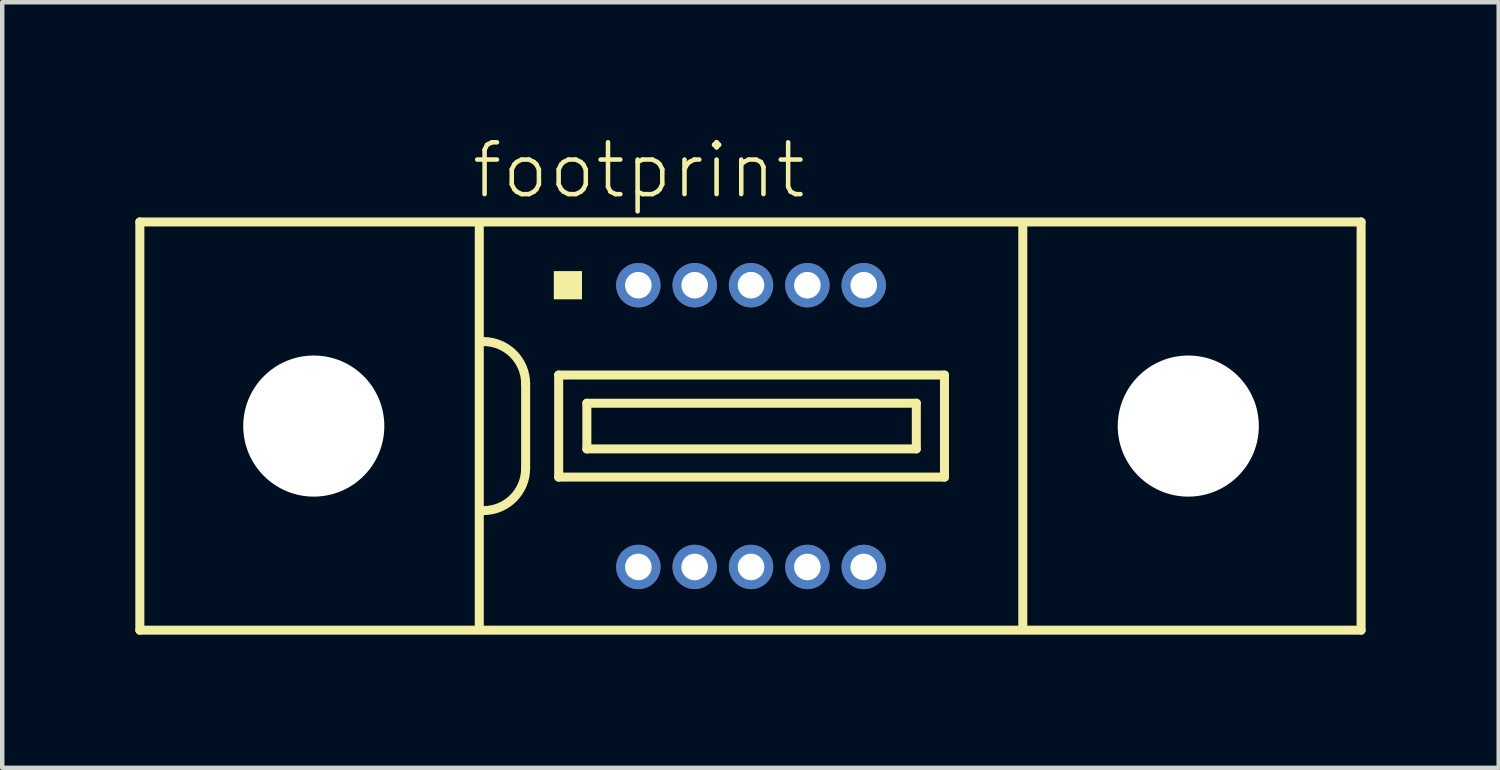
<source format=kicad_pcb>
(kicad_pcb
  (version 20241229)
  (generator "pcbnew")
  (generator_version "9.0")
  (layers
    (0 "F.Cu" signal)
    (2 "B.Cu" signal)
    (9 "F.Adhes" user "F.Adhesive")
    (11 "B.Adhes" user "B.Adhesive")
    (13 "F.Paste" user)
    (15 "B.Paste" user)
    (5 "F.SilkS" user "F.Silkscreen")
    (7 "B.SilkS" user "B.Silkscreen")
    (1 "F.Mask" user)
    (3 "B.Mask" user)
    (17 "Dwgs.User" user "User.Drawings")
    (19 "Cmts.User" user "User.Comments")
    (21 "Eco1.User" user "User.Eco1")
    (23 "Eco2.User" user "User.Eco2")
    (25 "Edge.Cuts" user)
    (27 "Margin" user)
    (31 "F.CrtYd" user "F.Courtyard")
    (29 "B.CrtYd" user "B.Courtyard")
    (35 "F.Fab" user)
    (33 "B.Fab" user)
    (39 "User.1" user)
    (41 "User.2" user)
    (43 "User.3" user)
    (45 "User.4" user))
  (footprint "footprint"
    (layer "F.Cu")
    (at 13.877 6.553)
    (property "Reference" "footprint" (at -6.35 -5.08 0) (layer "F.SilkS") (effects (font (size 1.168 1.168) (thickness 0.102)) (justify left bottom)))
    (fp_line (start -13.775 -4.6) (end -13.775 4.6) (stroke (width 0.203) (type solid)) (layer "F.SilkS"))
    (fp_line (start -13.775 4.6) (end 13.75 4.6) (stroke (width 0.203) (type solid)) (layer "F.SilkS"))
    (fp_line (start -6.125 -4.55) (end -6.125 4.55) (stroke (width 0.203) (type solid)) (layer "F.SilkS"))
    (fp_line (start -5.08 -0.953) (end -5.08 0.953) (stroke (width 0.203) (type solid)) (layer "F.SilkS"))
    (fp_line (start -4.335 -1.15) (end -4.335 1.15) (stroke (width 0.203) (type solid)) (layer "F.SilkS"))
    (fp_line (start -4.335 1.15) (end 4.36 1.15) (stroke (width 0.203) (type solid)) (layer "F.SilkS"))
    (fp_line (start -3.7 -0.515) (end -3.7 0.515) (stroke (width 0.203) (type solid)) (layer "F.SilkS"))
    (fp_line (start -3.7 0.515) (end 3.725 0.515) (stroke (width 0.203) (type solid)) (layer "F.SilkS"))
    (fp_line (start 3.725 -0.515) (end -3.7 -0.515) (stroke (width 0.203) (type solid)) (layer "F.SilkS"))
    (fp_line (start 3.725 0.515) (end 3.725 -0.515) (stroke (width 0.203) (type solid)) (layer "F.SilkS"))
    (fp_line (start 4.36 -1.15) (end -4.335 -1.15) (stroke (width 0.203) (type solid)) (layer "F.SilkS"))
    (fp_line (start 4.36 1.15) (end 4.36 -1.15) (stroke (width 0.203) (type solid)) (layer "F.SilkS"))
    (fp_line (start 6.125 4.55) (end 6.125 -4.55) (stroke (width 0.203) (type solid)) (layer "F.SilkS"))
    (fp_line (start 13.75 -4.6) (end -13.775 -4.6) (stroke (width 0.203) (type solid)) (layer "F.SilkS"))
    (fp_line (start 13.75 4.6) (end 13.75 -4.6) (stroke (width 0.203) (type solid)) (layer "F.SilkS"))
    (fp_arc (start -6.0325 -1.905) (mid -5.358981 -1.626019) (end -5.08 -0.9525) (stroke (width 0.2032) (type solid)) (layer "F.SilkS"))
    (fp_arc (start -5.08 0.9525) (mid -5.35901 1.625989) (end -6.032499 1.904999) (stroke (width 0.2032) (type solid)) (layer "F.SilkS"))
    (fp_poly (pts (xy -4.445 -2.857) (xy -3.81 -2.857) (xy -3.81 -3.493) (xy -4.445 -3.493)) (stroke (width 0) (type solid)) (fill yes) (layer "F.SilkS"))
    (pad "" np_thru_hole circle (at -9.855 0) (size 3.18 3.18) (drill 3.18) (layers "*.Cu" "*.Mask"))
    (pad "" np_thru_hole circle (at 9.855 0) (size 3.18 3.18) (drill 3.18) (layers "*.Cu" "*.Mask"))
    (pad "1" thru_hole circle (at -2.54 -3.175) (size 1 1) (drill 0.6) (layers "*.Cu" "*.Mask"))
    (pad "2" thru_hole circle (at -1.27 -3.175) (size 1 1) (drill 0.6) (layers "*.Cu" "*.Mask"))
    (pad "3" thru_hole circle (at 0 -3.175) (size 1 1) (drill 0.6) (layers "*.Cu" "*.Mask"))
    (pad "4" thru_hole circle (at 1.27 -3.175) (size 1 1) (drill 0.6) (layers "*.Cu" "*.Mask"))
    (pad "5" thru_hole circle (at 2.54 -3.175) (size 1 1) (drill 0.6) (layers "*.Cu" "*.Mask"))
    (pad "6" thru_hole circle (at -2.54 3.175 180) (size 1 1) (drill 0.6) (layers "*.Cu" "*.Mask"))
    (pad "7" thru_hole circle (at -1.27 3.175 180) (size 1 1) (drill 0.6) (layers "*.Cu" "*.Mask"))
    (pad "8" thru_hole circle (at 0 3.175 180) (size 1 1) (drill 0.6) (layers "*.Cu" "*.Mask"))
    (pad "9" thru_hole circle (at 1.27 3.175 180) (size 1 1) (drill 0.6) (layers "*.Cu" "*.Mask"))
    (pad "10" thru_hole circle (at 2.54 3.175 180) (size 1 1) (drill 0.6) (layers "*.Cu" "*.Mask")))
  (gr_rect
    (start -3 -3)
    (end 30.728 14.255)
    (stroke (width 0.1) (type default))
    (fill no)
    (layer "Edge.Cuts")))
</source>
